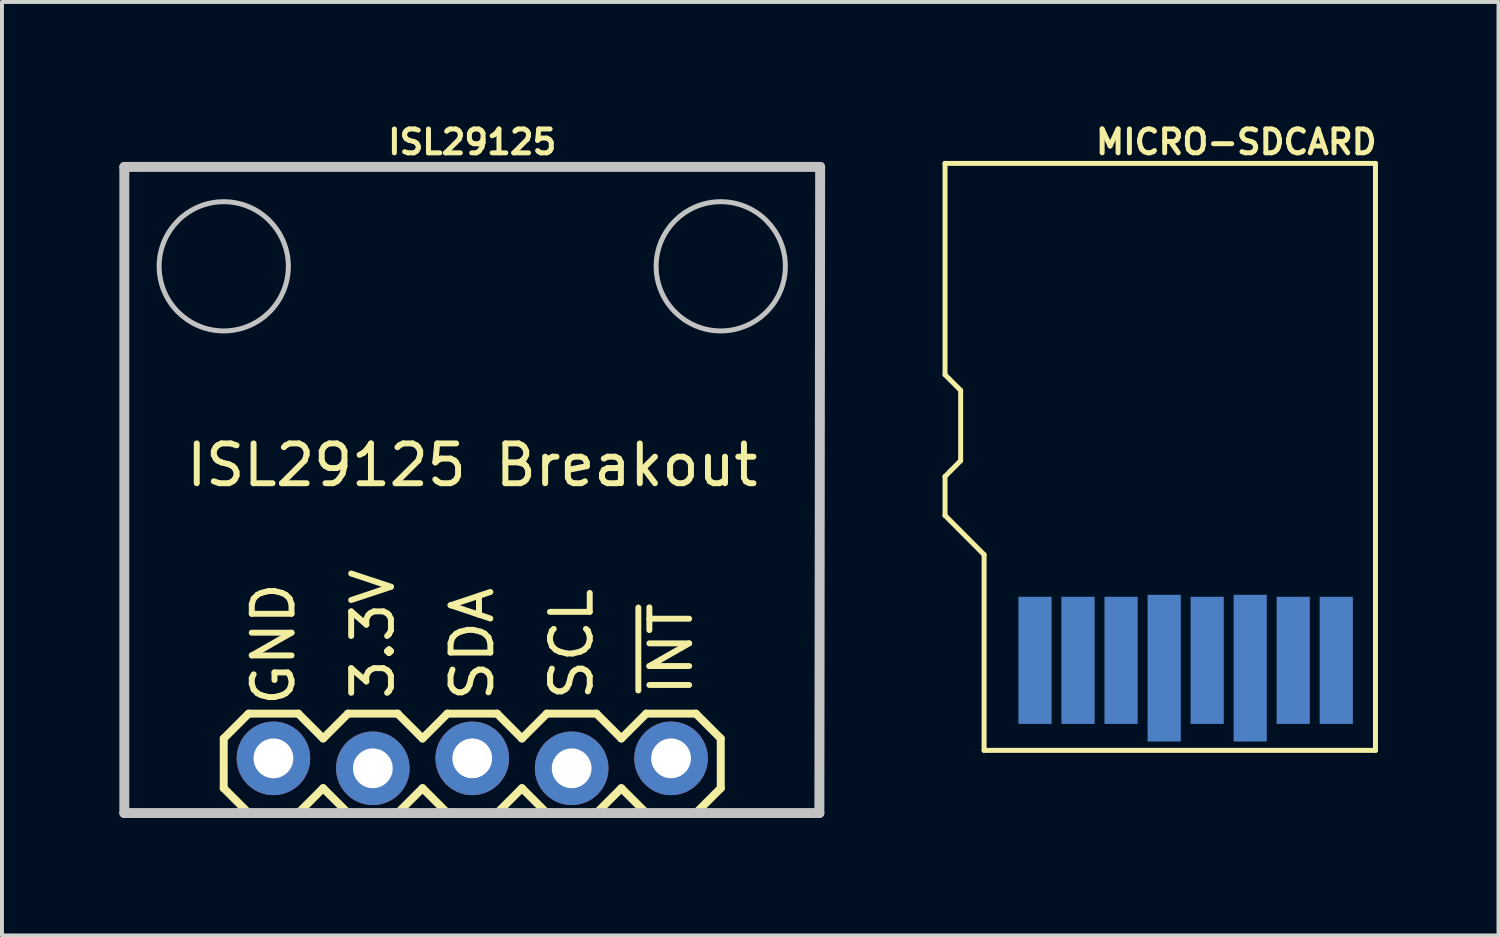
<source format=kicad_pcb>
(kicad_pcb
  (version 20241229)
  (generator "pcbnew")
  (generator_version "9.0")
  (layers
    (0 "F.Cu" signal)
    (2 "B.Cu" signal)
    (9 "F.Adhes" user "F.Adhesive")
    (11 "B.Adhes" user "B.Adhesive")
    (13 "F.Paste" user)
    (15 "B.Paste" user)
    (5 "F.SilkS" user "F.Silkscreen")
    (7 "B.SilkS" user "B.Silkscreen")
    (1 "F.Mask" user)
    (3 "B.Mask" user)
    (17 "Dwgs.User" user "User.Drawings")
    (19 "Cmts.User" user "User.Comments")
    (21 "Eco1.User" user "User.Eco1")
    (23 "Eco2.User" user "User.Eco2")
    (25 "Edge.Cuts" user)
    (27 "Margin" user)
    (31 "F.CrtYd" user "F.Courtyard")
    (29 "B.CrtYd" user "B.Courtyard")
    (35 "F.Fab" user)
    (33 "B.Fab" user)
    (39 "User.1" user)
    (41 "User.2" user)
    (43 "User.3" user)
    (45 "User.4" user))
  (footprint "MICRO-SDCARD"
    (layer "F.Cu")
    (at 27.016 8.504)
    (property "Reference" "MICRO-SDCARD" (at 1.524 -7.925 0) (layer "F.SilkS") (effects (font (size 0.61 0.61) (thickness 0.127))))
    (attr smd)
    (fp_line (start -5.918 -7.379) (end -5.918 -1.979) (stroke (width 0.127) (type solid)) (layer "F.SilkS"))
    (fp_line (start -5.918 -1.979) (end -5.519 -1.58) (stroke (width 0.127) (type solid)) (layer "F.SilkS"))
    (fp_line (start -5.918 0.62) (end -5.918 1.618) (stroke (width 0.127) (type solid)) (layer "F.SilkS"))
    (fp_line (start -5.918 1.618) (end -4.92 2.619) (stroke (width 0.127) (type solid)) (layer "F.SilkS"))
    (fp_line (start -5.519 -1.58) (end -5.519 0.218) (stroke (width 0.127) (type solid)) (layer "F.SilkS"))
    (fp_line (start -5.519 0.218) (end -5.918 0.62) (stroke (width 0.127) (type solid)) (layer "F.SilkS"))
    (fp_line (start -4.92 2.619) (end -4.92 7.62) (stroke (width 0.127) (type solid)) (layer "F.SilkS"))
    (fp_line (start -4.92 7.62) (end 5.08 7.62) (stroke (width 0.127) (type solid)) (layer "F.SilkS"))
    (fp_line (start 5.08 -7.379) (end -5.918 -7.379) (stroke (width 0.127) (type solid)) (layer "F.SilkS"))
    (fp_line (start 5.08 7.62) (end 5.08 -7.379) (stroke (width 0.127) (type solid)) (layer "F.SilkS"))
    (pad "CD/D" smd rect (at -2.52 5.319) (size 0.848 3.249) (layers "B.Cu" "B.Mask"))
    (pad "CLK" smd rect (at 0.78 5.319) (size 0.848 3.249) (layers "B.Cu" "B.Mask"))
    (pad "CMD" smd rect (at -1.42 5.319) (size 0.848 3.249) (layers "B.Cu" "B.Mask"))
    (pad "DAT0" smd rect (at 2.979 5.319) (size 0.848 3.249) (layers "B.Cu" "B.Mask"))
    (pad "DAT1" smd rect (at 4.079 5.319) (size 0.848 3.249) (layers "B.Cu" "B.Mask"))
    (pad "DAT2" smd rect (at -3.619 5.319) (size 0.848 3.249) (layers "B.Cu" "B.Mask"))
    (pad "GND" smd rect (at 1.88 5.519 180) (size 0.848 3.749) (layers "B.Cu" "B.Mask"))
    (pad "VCC" smd rect (at -0.318 5.519) (size 0.848 3.749) (layers "B.Cu" "B.Mask")))
  (footprint "ISL29125"
    (layer "F.Cu")
    (at 9.017 8.835)
    (property "Reference" "ISL29125" (at 0 -8.255 0) (layer "F.SilkS") (effects (font (size 0.61 0.61) (thickness 0.127))))
    (attr exclude_from_pos_files exclude_from_bom)
    (fp_line (start -6.35 6.985) (end -6.35 8.255) (stroke (width 0.203) (type solid)) (layer "F.SilkS"))
    (fp_line (start -6.35 8.255) (end -5.715 8.89) (stroke (width 0.203) (type solid)) (layer "F.SilkS"))
    (fp_line (start -5.715 6.35) (end -6.35 6.985) (stroke (width 0.203) (type solid)) (layer "F.SilkS"))
    (fp_line (start -5.715 6.35) (end -4.445 6.35) (stroke (width 0.203) (type solid)) (layer "F.SilkS"))
    (fp_line (start -4.445 6.35) (end -3.81 6.985) (stroke (width 0.203) (type solid)) (layer "F.SilkS"))
    (fp_line (start -4.445 8.89) (end -5.715 8.89) (stroke (width 0.203) (type solid)) (layer "F.SilkS"))
    (fp_line (start -3.81 6.985) (end -3.175 6.35) (stroke (width 0.203) (type solid)) (layer "F.SilkS"))
    (fp_line (start -3.81 8.255) (end -4.445 8.89) (stroke (width 0.203) (type solid)) (layer "F.SilkS"))
    (fp_line (start -3.175 6.35) (end -1.905 6.35) (stroke (width 0.203) (type solid)) (layer "F.SilkS"))
    (fp_line (start -3.175 8.89) (end -3.81 8.255) (stroke (width 0.203) (type solid)) (layer "F.SilkS"))
    (fp_line (start -1.905 6.35) (end -1.27 6.985) (stroke (width 0.203) (type solid)) (layer "F.SilkS"))
    (fp_line (start -1.905 8.89) (end -3.175 8.89) (stroke (width 0.203) (type solid)) (layer "F.SilkS"))
    (fp_line (start -1.27 6.985) (end -0.635 6.35) (stroke (width 0.203) (type solid)) (layer "F.SilkS"))
    (fp_line (start -1.27 8.255) (end -1.905 8.89) (stroke (width 0.203) (type solid)) (layer "F.SilkS"))
    (fp_line (start -0.635 6.35) (end 0.635 6.35) (stroke (width 0.203) (type solid)) (layer "F.SilkS"))
    (fp_line (start -0.635 8.89) (end -1.27 8.255) (stroke (width 0.203) (type solid)) (layer "F.SilkS"))
    (fp_line (start 0.635 6.35) (end 1.27 6.985) (stroke (width 0.203) (type solid)) (layer "F.SilkS"))
    (fp_line (start 0.635 8.89) (end -0.635 8.89) (stroke (width 0.203) (type solid)) (layer "F.SilkS"))
    (fp_line (start 1.27 8.255) (end 0.635 8.89) (stroke (width 0.203) (type solid)) (layer "F.SilkS"))
    (fp_line (start 1.27 8.255) (end 1.905 8.89) (stroke (width 0.203) (type solid)) (layer "F.SilkS"))
    (fp_line (start 1.905 6.35) (end 1.27 6.985) (stroke (width 0.203) (type solid)) (layer "F.SilkS"))
    (fp_line (start 1.905 6.35) (end 3.175 6.35) (stroke (width 0.203) (type solid)) (layer "F.SilkS"))
    (fp_line (start 3.175 6.35) (end 3.81 6.985) (stroke (width 0.203) (type solid)) (layer "F.SilkS"))
    (fp_line (start 3.175 8.89) (end 1.905 8.89) (stroke (width 0.203) (type solid)) (layer "F.SilkS"))
    (fp_line (start 3.81 6.985) (end 4.445 6.35) (stroke (width 0.203) (type solid)) (layer "F.SilkS"))
    (fp_line (start 3.81 8.255) (end 3.175 8.89) (stroke (width 0.203) (type solid)) (layer "F.SilkS"))
    (fp_line (start 4.445 6.35) (end 5.715 6.35) (stroke (width 0.203) (type solid)) (layer "F.SilkS"))
    (fp_line (start 4.445 8.89) (end 3.81 8.255) (stroke (width 0.203) (type solid)) (layer "F.SilkS"))
    (fp_line (start 5.715 6.35) (end 6.35 6.985) (stroke (width 0.203) (type solid)) (layer "F.SilkS"))
    (fp_line (start 5.715 8.89) (end 4.445 8.89) (stroke (width 0.203) (type solid)) (layer "F.SilkS"))
    (fp_line (start 6.35 6.985) (end 6.35 8.255) (stroke (width 0.203) (type solid)) (layer "F.SilkS"))
    (fp_line (start 6.35 8.255) (end 5.715 8.89) (stroke (width 0.203) (type solid)) (layer "F.SilkS"))
    (fp_line (start -8.89 -7.62) (end -8.89 8.89) (stroke (width 0.254) (type solid)) (layer "Dwgs.User"))
    (fp_line (start -8.89 8.89) (end 8.87 8.89) (stroke (width 0.254) (type solid)) (layer "Dwgs.User"))
    (fp_line (start -5.334 7.366) (end -4.826 7.366) (stroke (width 0.066) (type solid)) (layer "Dwgs.User"))
    (fp_line (start -5.334 7.874) (end -5.334 7.366) (stroke (width 0.066) (type solid)) (layer "Dwgs.User"))
    (fp_line (start -5.334 7.874) (end -4.826 7.874) (stroke (width 0.066) (type solid)) (layer "Dwgs.User"))
    (fp_line (start -4.826 7.874) (end -4.826 7.366) (stroke (width 0.066) (type solid)) (layer "Dwgs.User"))
    (fp_line (start -2.794 7.366) (end -2.286 7.366) (stroke (width 0.066) (type solid)) (layer "Dwgs.User"))
    (fp_line (start -2.794 7.874) (end -2.794 7.366) (stroke (width 0.066) (type solid)) (layer "Dwgs.User"))
    (fp_line (start -2.794 7.874) (end -2.286 7.874) (stroke (width 0.066) (type solid)) (layer "Dwgs.User"))
    (fp_line (start -2.286 7.874) (end -2.286 7.366) (stroke (width 0.066) (type solid)) (layer "Dwgs.User"))
    (fp_line (start -0.254 7.366) (end 0.254 7.366) (stroke (width 0.066) (type solid)) (layer "Dwgs.User"))
    (fp_line (start -0.254 7.874) (end -0.254 7.366) (stroke (width 0.066) (type solid)) (layer "Dwgs.User"))
    (fp_line (start -0.254 7.874) (end 0.254 7.874) (stroke (width 0.066) (type solid)) (layer "Dwgs.User"))
    (fp_line (start 0.254 7.874) (end 0.254 7.366) (stroke (width 0.066) (type solid)) (layer "Dwgs.User"))
    (fp_line (start 2.286 7.366) (end 2.794 7.366) (stroke (width 0.066) (type solid)) (layer "Dwgs.User"))
    (fp_line (start 2.286 7.874) (end 2.286 7.366) (stroke (width 0.066) (type solid)) (layer "Dwgs.User"))
    (fp_line (start 2.286 7.874) (end 2.794 7.874) (stroke (width 0.066) (type solid)) (layer "Dwgs.User"))
    (fp_line (start 2.794 7.874) (end 2.794 7.366) (stroke (width 0.066) (type solid)) (layer "Dwgs.User"))
    (fp_line (start 4.826 7.366) (end 5.334 7.366) (stroke (width 0.066) (type solid)) (layer "Dwgs.User"))
    (fp_line (start 4.826 7.874) (end 4.826 7.366) (stroke (width 0.066) (type solid)) (layer "Dwgs.User"))
    (fp_line (start 4.826 7.874) (end 5.334 7.874) (stroke (width 0.066) (type solid)) (layer "Dwgs.User"))
    (fp_line (start 5.334 7.874) (end 5.334 7.366) (stroke (width 0.066) (type solid)) (layer "Dwgs.User"))
    (fp_line (start 8.87 8.89) (end 8.89 -7.62) (stroke (width 0.254) (type solid)) (layer "Dwgs.User"))
    (fp_line (start 8.89 -7.62) (end -8.89 -7.62) (stroke (width 0.254) (type solid)) (layer "Dwgs.User"))
    (fp_circle (center -6.35 -5.08) (end -6.35 -6.731) (stroke (width 0.127) (type solid)) (fill no) (layer "Dwgs.User"))
    (fp_circle (center 6.35 -5.08) (end 6.35 -6.731) (stroke (width 0.127) (type solid)) (fill no) (layer "Dwgs.User"))
    (fp_text user "3.3V" (at -2.54 4.318 90) (layer "F.SilkS") (effects (font (size 1.016 1.016) (thickness 0.152))))
    (fp_text user "SDA" (at 0 4.572 90) (layer "F.SilkS") (effects (font (size 1.016 1.016) (thickness 0.152))))
    (fp_text user "GND" (at -5.08 4.572 90) (layer "F.SilkS") (effects (font (size 1.016 1.016) (thickness 0.152))))
    (fp_text user "SCL" (at 2.54 4.572 90) (layer "F.SilkS") (effects (font (size 1.016 1.016) (thickness 0.152))))
    (fp_text user "ISL29125 Breakout" (at 0 0 180) (layer "F.SilkS") (effects (font (size 1.016 1.016) (thickness 0.152))))
    (fp_text user "~{INT}" (at 5.08 4.699 90) (layer "F.SilkS") (effects (font (size 1.016 1.016) (thickness 0.152))))
    (pad "1" thru_hole circle (at -5.08 7.493) (size 1.88 1.88) (drill 1.016) (layers "*.Cu" "*.Paste" "*.Mask"))
    (pad "2" thru_hole circle (at -2.54 7.747) (size 1.88 1.88) (drill 1.016) (layers "*.Cu" "*.Paste" "*.Mask"))
    (pad "3" thru_hole circle (at 0 7.493) (size 1.88 1.88) (drill 1.016) (layers "*.Cu" "*.Paste" "*.Mask"))
    (pad "4" thru_hole circle (at 2.54 7.747) (size 1.88 1.88) (drill 1.016) (layers "*.Cu" "*.Paste" "*.Mask"))
    (pad "5" thru_hole circle (at 5.08 7.493) (size 1.88 1.88) (drill 1.016) (layers "*.Cu" "*.Paste" "*.Mask")))
  (gr_rect
    (start -3 -3)
    (end 35.24 20.852)
    (stroke (width 0.1) (type default))
    (fill no)
    (layer "Edge.Cuts")))
</source>
